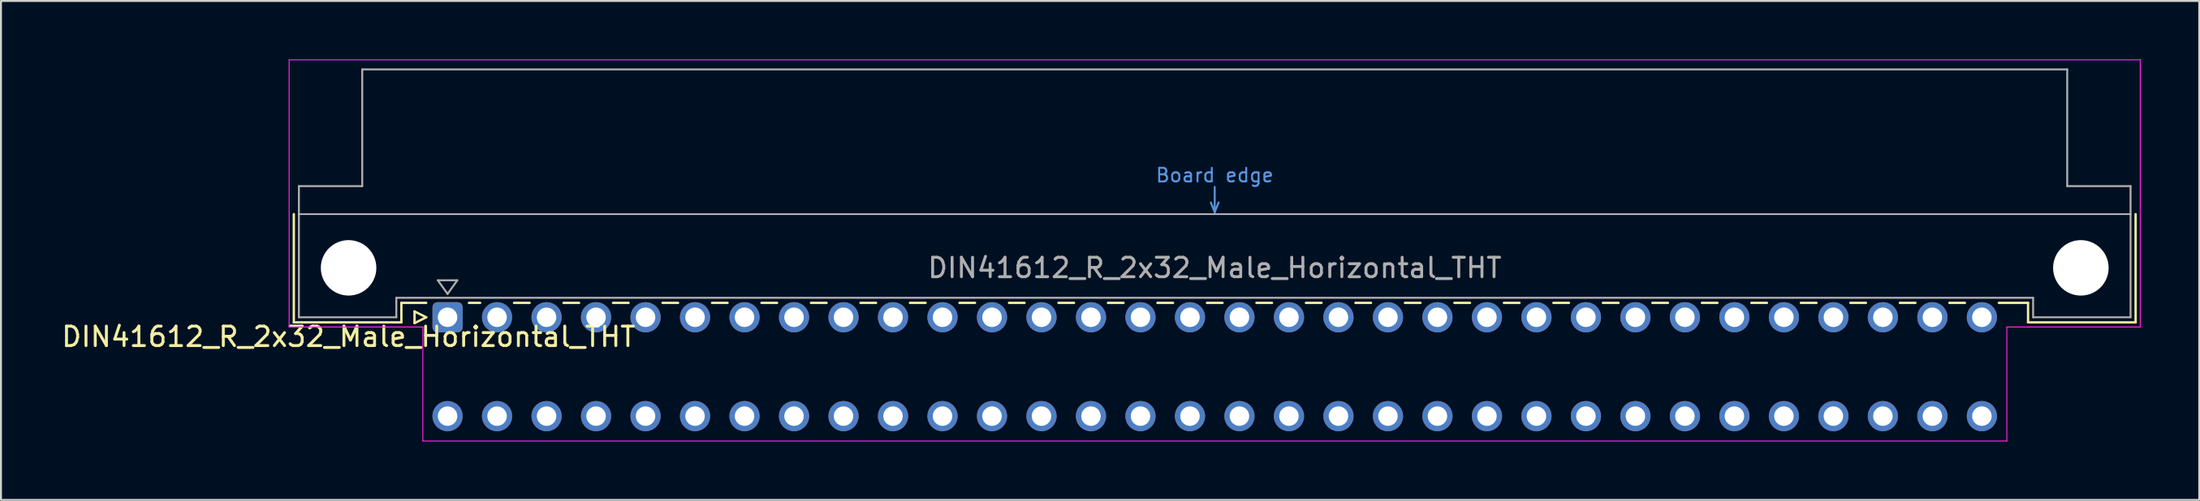
<source format=kicad_pcb>
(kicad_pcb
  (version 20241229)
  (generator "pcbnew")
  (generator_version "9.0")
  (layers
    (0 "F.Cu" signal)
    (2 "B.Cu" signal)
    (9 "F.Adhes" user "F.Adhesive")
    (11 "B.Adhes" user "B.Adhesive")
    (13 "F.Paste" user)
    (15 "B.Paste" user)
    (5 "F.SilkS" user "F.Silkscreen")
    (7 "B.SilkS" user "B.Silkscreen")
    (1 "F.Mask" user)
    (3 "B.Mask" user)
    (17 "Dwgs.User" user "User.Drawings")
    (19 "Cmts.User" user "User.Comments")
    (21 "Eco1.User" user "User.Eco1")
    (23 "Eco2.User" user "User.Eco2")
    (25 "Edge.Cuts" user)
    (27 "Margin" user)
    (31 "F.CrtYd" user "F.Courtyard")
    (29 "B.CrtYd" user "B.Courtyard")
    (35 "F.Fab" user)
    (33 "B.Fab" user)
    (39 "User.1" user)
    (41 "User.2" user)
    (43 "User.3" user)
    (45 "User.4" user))
  (footprint "DIN41612_R_2x32_Male_Horizontal_THT"
    (layer "F.Cu")
    (at 19.919 13.255)
    (property "Reference" "DIN41612_R_2x32_Male_Horizontal_THT" (at -5.08 1 0) (layer "F.SilkS") (effects (font (size 1 1) (thickness 0.15))))
    (attr through_hole)
    (fp_line (start -7.89 -5.3) (end -7.89 0.26) (stroke (width 0.12) (type solid)) (layer "F.SilkS"))
    (fp_line (start -7.89 0.26) (end -2.37 0.26) (stroke (width 0.12) (type solid)) (layer "F.SilkS"))
    (fp_line (start -2.371 -0.74) (end -1.095 -0.74) (stroke (width 0.12) (type solid)) (layer "F.SilkS"))
    (fp_line (start -2.37 0.26) (end -2.37 -0.74) (stroke (width 0.12) (type solid)) (layer "F.SilkS"))
    (fp_line (start -1.695 -0.3) (end -1.695 0.3) (stroke (width 0.12) (type solid)) (layer "F.SilkS"))
    (fp_line (start -1.695 0.3) (end -1.095 0) (stroke (width 0.12) (type solid)) (layer "F.SilkS"))
    (fp_line (start -1.095 0) (end -1.695 -0.3) (stroke (width 0.12) (type solid)) (layer "F.SilkS"))
    (fp_line (start 1.095 -0.74) (end 1.671 -0.74) (stroke (width 0.12) (type solid)) (layer "F.SilkS"))
    (fp_line (start 3.41 -0.74) (end 4.211 -0.74) (stroke (width 0.12) (type solid)) (layer "F.SilkS"))
    (fp_line (start 5.95 -0.74) (end 6.751 -0.74) (stroke (width 0.12) (type solid)) (layer "F.SilkS"))
    (fp_line (start 8.49 -0.74) (end 9.291 -0.74) (stroke (width 0.12) (type solid)) (layer "F.SilkS"))
    (fp_line (start 11.03 -0.74) (end 11.831 -0.74) (stroke (width 0.12) (type solid)) (layer "F.SilkS"))
    (fp_line (start 13.57 -0.74) (end 14.371 -0.74) (stroke (width 0.12) (type solid)) (layer "F.SilkS"))
    (fp_line (start 16.11 -0.74) (end 16.911 -0.74) (stroke (width 0.12) (type solid)) (layer "F.SilkS"))
    (fp_line (start 18.65 -0.74) (end 19.451 -0.74) (stroke (width 0.12) (type solid)) (layer "F.SilkS"))
    (fp_line (start 21.19 -0.74) (end 21.991 -0.74) (stroke (width 0.12) (type solid)) (layer "F.SilkS"))
    (fp_line (start 23.73 -0.74) (end 24.531 -0.74) (stroke (width 0.12) (type solid)) (layer "F.SilkS"))
    (fp_line (start 26.27 -0.74) (end 27.071 -0.74) (stroke (width 0.12) (type solid)) (layer "F.SilkS"))
    (fp_line (start 28.81 -0.74) (end 29.611 -0.74) (stroke (width 0.12) (type solid)) (layer "F.SilkS"))
    (fp_line (start 31.35 -0.74) (end 32.151 -0.74) (stroke (width 0.12) (type solid)) (layer "F.SilkS"))
    (fp_line (start 33.89 -0.74) (end 34.691 -0.74) (stroke (width 0.12) (type solid)) (layer "F.SilkS"))
    (fp_line (start 36.43 -0.74) (end 37.231 -0.74) (stroke (width 0.12) (type solid)) (layer "F.SilkS"))
    (fp_line (start 38.97 -0.74) (end 39.771 -0.74) (stroke (width 0.12) (type solid)) (layer "F.SilkS"))
    (fp_line (start 41.51 -0.74) (end 42.311 -0.74) (stroke (width 0.12) (type solid)) (layer "F.SilkS"))
    (fp_line (start 44.05 -0.74) (end 44.851 -0.74) (stroke (width 0.12) (type solid)) (layer "F.SilkS"))
    (fp_line (start 46.59 -0.74) (end 47.391 -0.74) (stroke (width 0.12) (type solid)) (layer "F.SilkS"))
    (fp_line (start 49.13 -0.74) (end 49.931 -0.74) (stroke (width 0.12) (type solid)) (layer "F.SilkS"))
    (fp_line (start 51.67 -0.74) (end 52.471 -0.74) (stroke (width 0.12) (type solid)) (layer "F.SilkS"))
    (fp_line (start 54.21 -0.74) (end 55.011 -0.74) (stroke (width 0.12) (type solid)) (layer "F.SilkS"))
    (fp_line (start 56.75 -0.74) (end 57.551 -0.74) (stroke (width 0.12) (type solid)) (layer "F.SilkS"))
    (fp_line (start 59.29 -0.74) (end 60.091 -0.74) (stroke (width 0.12) (type solid)) (layer "F.SilkS"))
    (fp_line (start 61.83 -0.74) (end 62.631 -0.74) (stroke (width 0.12) (type solid)) (layer "F.SilkS"))
    (fp_line (start 64.37 -0.74) (end 65.171 -0.74) (stroke (width 0.12) (type solid)) (layer "F.SilkS"))
    (fp_line (start 66.91 -0.74) (end 67.711 -0.74) (stroke (width 0.12) (type solid)) (layer "F.SilkS"))
    (fp_line (start 69.45 -0.74) (end 70.251 -0.74) (stroke (width 0.12) (type solid)) (layer "F.SilkS"))
    (fp_line (start 71.99 -0.74) (end 72.791 -0.74) (stroke (width 0.12) (type solid)) (layer "F.SilkS"))
    (fp_line (start 74.53 -0.74) (end 75.331 -0.74) (stroke (width 0.12) (type solid)) (layer "F.SilkS"))
    (fp_line (start 77.07 -0.74) (end 77.871 -0.74) (stroke (width 0.12) (type solid)) (layer "F.SilkS"))
    (fp_line (start 79.61 -0.74) (end 81.11 -0.74) (stroke (width 0.12) (type solid)) (layer "F.SilkS"))
    (fp_line (start 81.11 0.26) (end 81.11 -0.74) (stroke (width 0.12) (type solid)) (layer "F.SilkS"))
    (fp_line (start 86.63 -5.3) (end 86.63 0.26) (stroke (width 0.12) (type solid)) (layer "F.SilkS"))
    (fp_line (start 86.63 0.26) (end 81.11 0.26) (stroke (width 0.12) (type solid)) (layer "F.SilkS"))
    (fp_line (start -7.63 -5.3) (end 86.37 -5.3) (stroke (width 0.08) (type solid)) (layer "Dwgs.User"))
    (fp_line (start 39.17 -5.9) (end 39.37 -5.4) (stroke (width 0.1) (type solid)) (layer "Cmts.User"))
    (fp_line (start 39.37 -5.4) (end 39.37 -6.7) (stroke (width 0.1) (type solid)) (layer "Cmts.User"))
    (fp_line (start 39.37 -5.4) (end 39.57 -5.9) (stroke (width 0.1) (type solid)) (layer "Cmts.User"))
    (fp_line (start -8.13 -13.23) (end -8.13 0.5) (stroke (width 0.05) (type solid)) (layer "F.CrtYd"))
    (fp_line (start -8.13 0.5) (end -1.27 0.5) (stroke (width 0.05) (type solid)) (layer "F.CrtYd"))
    (fp_line (start -1.27 0.5) (end -1.27 6.36) (stroke (width 0.05) (type solid)) (layer "F.CrtYd"))
    (fp_line (start -1.27 6.36) (end 80.02 6.36) (stroke (width 0.05) (type solid)) (layer "F.CrtYd"))
    (fp_line (start 80.02 0.5) (end 86.87 0.5) (stroke (width 0.05) (type solid)) (layer "F.CrtYd"))
    (fp_line (start 80.02 6.36) (end 80.02 0.5) (stroke (width 0.05) (type solid)) (layer "F.CrtYd"))
    (fp_line (start 86.87 -13.23) (end -8.13 -13.23) (stroke (width 0.05) (type solid)) (layer "F.CrtYd"))
    (fp_line (start 86.87 0.5) (end 86.87 -13.23) (stroke (width 0.05) (type solid)) (layer "F.CrtYd"))
    (fp_line (start -7.63 -6.74) (end -7.63 0) (stroke (width 0.1) (type solid)) (layer "F.Fab"))
    (fp_line (start -7.63 0) (end -2.63 0) (stroke (width 0.1) (type solid)) (layer "F.Fab"))
    (fp_line (start -4.38 -12.74) (end -4.38 -6.74) (stroke (width 0.1) (type solid)) (layer "F.Fab"))
    (fp_line (start -4.38 -6.74) (end -7.63 -6.74) (stroke (width 0.1) (type solid)) (layer "F.Fab"))
    (fp_line (start -2.63 -1) (end 81.37 -1) (stroke (width 0.1) (type solid)) (layer "F.Fab"))
    (fp_line (start -2.63 0) (end -2.63 -1) (stroke (width 0.1) (type solid)) (layer "F.Fab"))
    (fp_line (start -0.5 -1.9) (end 0.5 -1.9) (stroke (width 0.1) (type solid)) (layer "F.Fab"))
    (fp_line (start 0 -1.2) (end -0.5 -1.9) (stroke (width 0.1) (type solid)) (layer "F.Fab"))
    (fp_line (start 0.5 -1.9) (end 0 -1.2) (stroke (width 0.1) (type solid)) (layer "F.Fab"))
    (fp_line (start 81.37 -1) (end 81.37 0) (stroke (width 0.1) (type solid)) (layer "F.Fab"))
    (fp_line (start 81.37 0) (end 86.37 0) (stroke (width 0.1) (type solid)) (layer "F.Fab"))
    (fp_line (start 83.12 -12.74) (end -4.38 -12.74) (stroke (width 0.1) (type solid)) (layer "F.Fab"))
    (fp_line (start 83.12 -6.74) (end 83.12 -12.74) (stroke (width 0.1) (type solid)) (layer "F.Fab"))
    (fp_line (start 86.37 -6.74) (end 83.12 -6.74) (stroke (width 0.1) (type solid)) (layer "F.Fab"))
    (fp_line (start 86.37 0) (end 86.37 -6.74) (stroke (width 0.1) (type solid)) (layer "F.Fab"))
    (fp_text user "Board edge" (at 39.37 -7.3 0) (layer "Cmts.User") (effects (font (size 0.7 0.7) (thickness 0.1))))
    (fp_text user "${REFERENCE}" (at 39.37 -2.54 0) (layer "F.Fab") (effects (font (size 1 1) (thickness 0.15))))
    (pad "" np_thru_hole circle (at -5.08 -2.54) (size 2.85 2.85) (drill 2.85) (layers "*.Cu" "*.Mask"))
    (pad "" np_thru_hole circle (at 83.82 -2.54) (size 2.85 2.85) (drill 2.85) (layers "*.Cu" "*.Mask"))
    (pad "a1" thru_hole roundrect (at 0 0) (size 1.55 1.55) (drill 1) (layers "*.Cu" "*.Mask") (roundrect_rratio 0.161))
    (pad "a2" thru_hole circle (at 2.54 0) (size 1.55 1.55) (drill 1) (layers "*.Cu" "*.Mask"))
    (pad "a3" thru_hole circle (at 5.08 0) (size 1.55 1.55) (drill 1) (layers "*.Cu" "*.Mask"))
    (pad "a4" thru_hole circle (at 7.62 0) (size 1.55 1.55) (drill 1) (layers "*.Cu" "*.Mask"))
    (pad "a5" thru_hole circle (at 10.16 0) (size 1.55 1.55) (drill 1) (layers "*.Cu" "*.Mask"))
    (pad "a6" thru_hole circle (at 12.7 0) (size 1.55 1.55) (drill 1) (layers "*.Cu" "*.Mask"))
    (pad "a7" thru_hole circle (at 15.24 0) (size 1.55 1.55) (drill 1) (layers "*.Cu" "*.Mask"))
    (pad "a8" thru_hole circle (at 17.78 0) (size 1.55 1.55) (drill 1) (layers "*.Cu" "*.Mask"))
    (pad "a9" thru_hole circle (at 20.32 0) (size 1.55 1.55) (drill 1) (layers "*.Cu" "*.Mask"))
    (pad "a10" thru_hole circle (at 22.86 0) (size 1.55 1.55) (drill 1) (layers "*.Cu" "*.Mask"))
    (pad "a11" thru_hole circle (at 25.4 0) (size 1.55 1.55) (drill 1) (layers "*.Cu" "*.Mask"))
    (pad "a12" thru_hole circle (at 27.94 0) (size 1.55 1.55) (drill 1) (layers "*.Cu" "*.Mask"))
    (pad "a13" thru_hole circle (at 30.48 0) (size 1.55 1.55) (drill 1) (layers "*.Cu" "*.Mask"))
    (pad "a14" thru_hole circle (at 33.02 0) (size 1.55 1.55) (drill 1) (layers "*.Cu" "*.Mask"))
    (pad "a15" thru_hole circle (at 35.56 0) (size 1.55 1.55) (drill 1) (layers "*.Cu" "*.Mask"))
    (pad "a16" thru_hole circle (at 38.1 0) (size 1.55 1.55) (drill 1) (layers "*.Cu" "*.Mask"))
    (pad "a17" thru_hole circle (at 40.64 0) (size 1.55 1.55) (drill 1) (layers "*.Cu" "*.Mask"))
    (pad "a18" thru_hole circle (at 43.18 0) (size 1.55 1.55) (drill 1) (layers "*.Cu" "*.Mask"))
    (pad "a19" thru_hole circle (at 45.72 0) (size 1.55 1.55) (drill 1) (layers "*.Cu" "*.Mask"))
    (pad "a20" thru_hole circle (at 48.26 0) (size 1.55 1.55) (drill 1) (layers "*.Cu" "*.Mask"))
    (pad "a21" thru_hole circle (at 50.8 0) (size 1.55 1.55) (drill 1) (layers "*.Cu" "*.Mask"))
    (pad "a22" thru_hole circle (at 53.34 0) (size 1.55 1.55) (drill 1) (layers "*.Cu" "*.Mask"))
    (pad "a23" thru_hole circle (at 55.88 0) (size 1.55 1.55) (drill 1) (layers "*.Cu" "*.Mask"))
    (pad "a24" thru_hole circle (at 58.42 0) (size 1.55 1.55) (drill 1) (layers "*.Cu" "*.Mask"))
    (pad "a25" thru_hole circle (at 60.96 0) (size 1.55 1.55) (drill 1) (layers "*.Cu" "*.Mask"))
    (pad "a26" thru_hole circle (at 63.5 0) (size 1.55 1.55) (drill 1) (layers "*.Cu" "*.Mask"))
    (pad "a27" thru_hole circle (at 66.04 0) (size 1.55 1.55) (drill 1) (layers "*.Cu" "*.Mask"))
    (pad "a28" thru_hole circle (at 68.58 0) (size 1.55 1.55) (drill 1) (layers "*.Cu" "*.Mask"))
    (pad "a29" thru_hole circle (at 71.12 0) (size 1.55 1.55) (drill 1) (layers "*.Cu" "*.Mask"))
    (pad "a30" thru_hole circle (at 73.66 0) (size 1.55 1.55) (drill 1) (layers "*.Cu" "*.Mask"))
    (pad "a31" thru_hole circle (at 76.2 0) (size 1.55 1.55) (drill 1) (layers "*.Cu" "*.Mask"))
    (pad "a32" thru_hole circle (at 78.74 0) (size 1.55 1.55) (drill 1) (layers "*.Cu" "*.Mask"))
    (pad "c1" thru_hole circle (at 0 5.08) (size 1.55 1.55) (drill 1) (layers "*.Cu" "*.Mask"))
    (pad "c2" thru_hole circle (at 2.54 5.08) (size 1.55 1.55) (drill 1) (layers "*.Cu" "*.Mask"))
    (pad "c3" thru_hole circle (at 5.08 5.08) (size 1.55 1.55) (drill 1) (layers "*.Cu" "*.Mask"))
    (pad "c4" thru_hole circle (at 7.62 5.08) (size 1.55 1.55) (drill 1) (layers "*.Cu" "*.Mask"))
    (pad "c5" thru_hole circle (at 10.16 5.08) (size 1.55 1.55) (drill 1) (layers "*.Cu" "*.Mask"))
    (pad "c6" thru_hole circle (at 12.7 5.08) (size 1.55 1.55) (drill 1) (layers "*.Cu" "*.Mask"))
    (pad "c7" thru_hole circle (at 15.24 5.08) (size 1.55 1.55) (drill 1) (layers "*.Cu" "*.Mask"))
    (pad "c8" thru_hole circle (at 17.78 5.08) (size 1.55 1.55) (drill 1) (layers "*.Cu" "*.Mask"))
    (pad "c9" thru_hole circle (at 20.32 5.08) (size 1.55 1.55) (drill 1) (layers "*.Cu" "*.Mask"))
    (pad "c10" thru_hole circle (at 22.86 5.08) (size 1.55 1.55) (drill 1) (layers "*.Cu" "*.Mask"))
    (pad "c11" thru_hole circle (at 25.4 5.08) (size 1.55 1.55) (drill 1) (layers "*.Cu" "*.Mask"))
    (pad "c12" thru_hole circle (at 27.94 5.08) (size 1.55 1.55) (drill 1) (layers "*.Cu" "*.Mask"))
    (pad "c13" thru_hole circle (at 30.48 5.08) (size 1.55 1.55) (drill 1) (layers "*.Cu" "*.Mask"))
    (pad "c14" thru_hole circle (at 33.02 5.08) (size 1.55 1.55) (drill 1) (layers "*.Cu" "*.Mask"))
    (pad "c15" thru_hole circle (at 35.56 5.08) (size 1.55 1.55) (drill 1) (layers "*.Cu" "*.Mask"))
    (pad "c16" thru_hole circle (at 38.1 5.08) (size 1.55 1.55) (drill 1) (layers "*.Cu" "*.Mask"))
    (pad "c17" thru_hole circle (at 40.64 5.08) (size 1.55 1.55) (drill 1) (layers "*.Cu" "*.Mask"))
    (pad "c18" thru_hole circle (at 43.18 5.08) (size 1.55 1.55) (drill 1) (layers "*.Cu" "*.Mask"))
    (pad "c19" thru_hole circle (at 45.72 5.08) (size 1.55 1.55) (drill 1) (layers "*.Cu" "*.Mask"))
    (pad "c20" thru_hole circle (at 48.26 5.08) (size 1.55 1.55) (drill 1) (layers "*.Cu" "*.Mask"))
    (pad "c21" thru_hole circle (at 50.8 5.08) (size 1.55 1.55) (drill 1) (layers "*.Cu" "*.Mask"))
    (pad "c22" thru_hole circle (at 53.34 5.08) (size 1.55 1.55) (drill 1) (layers "*.Cu" "*.Mask"))
    (pad "c23" thru_hole circle (at 55.88 5.08) (size 1.55 1.55) (drill 1) (layers "*.Cu" "*.Mask"))
    (pad "c24" thru_hole circle (at 58.42 5.08) (size 1.55 1.55) (drill 1) (layers "*.Cu" "*.Mask"))
    (pad "c25" thru_hole circle (at 60.96 5.08) (size 1.55 1.55) (drill 1) (layers "*.Cu" "*.Mask"))
    (pad "c26" thru_hole circle (at 63.5 5.08) (size 1.55 1.55) (drill 1) (layers "*.Cu" "*.Mask"))
    (pad "c27" thru_hole circle (at 66.04 5.08) (size 1.55 1.55) (drill 1) (layers "*.Cu" "*.Mask"))
    (pad "c28" thru_hole circle (at 68.58 5.08) (size 1.55 1.55) (drill 1) (layers "*.Cu" "*.Mask"))
    (pad "c29" thru_hole circle (at 71.12 5.08) (size 1.55 1.55) (drill 1) (layers "*.Cu" "*.Mask"))
    (pad "c30" thru_hole circle (at 73.66 5.08) (size 1.55 1.55) (drill 1) (layers "*.Cu" "*.Mask"))
    (pad "c31" thru_hole circle (at 76.2 5.08) (size 1.55 1.55) (drill 1) (layers "*.Cu" "*.Mask"))
    (pad "c32" thru_hole circle (at 78.74 5.08) (size 1.55 1.55) (drill 1) (layers "*.Cu" "*.Mask")))
  (gr_rect
    (start -3 -3)
    (end 109.814 22.64)
    (stroke (width 0.1) (type default))
    (fill no)
    (layer "Edge.Cuts")))
</source>
